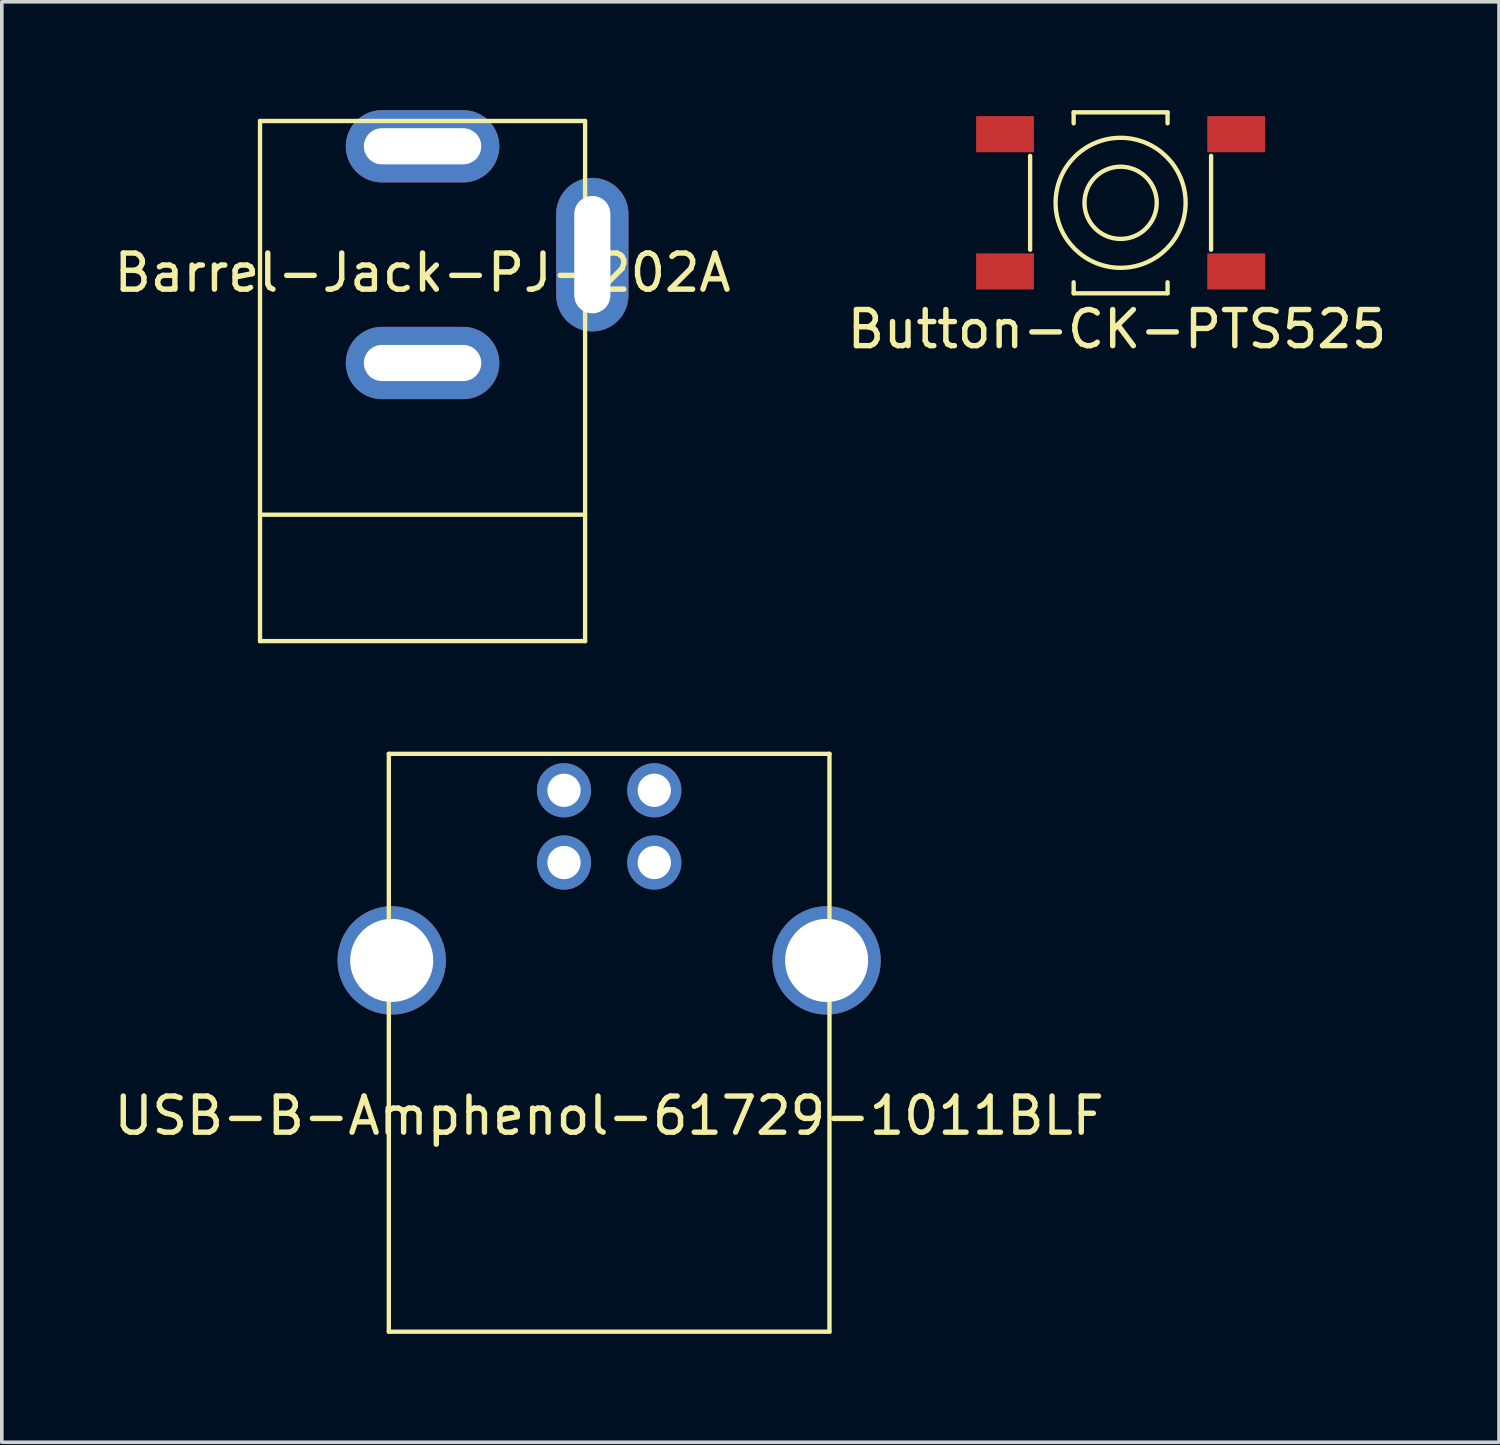
<source format=kicad_pcb>
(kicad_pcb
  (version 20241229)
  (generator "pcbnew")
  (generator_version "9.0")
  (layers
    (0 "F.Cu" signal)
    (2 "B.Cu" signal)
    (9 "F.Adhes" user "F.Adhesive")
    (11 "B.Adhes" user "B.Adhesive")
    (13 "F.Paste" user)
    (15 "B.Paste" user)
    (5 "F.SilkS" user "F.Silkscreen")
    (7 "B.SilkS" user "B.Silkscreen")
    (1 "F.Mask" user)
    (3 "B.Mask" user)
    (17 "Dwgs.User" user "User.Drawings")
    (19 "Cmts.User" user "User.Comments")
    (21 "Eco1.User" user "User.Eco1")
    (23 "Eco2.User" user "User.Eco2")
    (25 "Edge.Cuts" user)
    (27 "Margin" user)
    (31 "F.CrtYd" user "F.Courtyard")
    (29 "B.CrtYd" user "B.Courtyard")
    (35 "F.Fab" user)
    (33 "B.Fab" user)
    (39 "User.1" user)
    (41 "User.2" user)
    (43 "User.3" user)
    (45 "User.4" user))
  (footprint "Button-CK-PTS525"
    (layer "F.Cu")
    (at 27.975 2.565)
    (property "Reference" "Button-CK-PTS525" (at -0.1 3.5 0) (layer "F.SilkS") (effects (font (size 1 1) (thickness 0.15))))
    (attr through_hole)
    (fp_line (start -2.505 1.3) (end -2.505 -1.3) (stroke (width 0.12) (type solid)) (layer "F.SilkS"))
    (fp_line (start -1.3 -2.505) (end -1.3 -2.2) (stroke (width 0.12) (type solid)) (layer "F.SilkS"))
    (fp_line (start -1.3 -2.505) (end 1.3 -2.505) (stroke (width 0.12) (type solid)) (layer "F.SilkS"))
    (fp_line (start -1.3 2.505) (end -1.3 2.2) (stroke (width 0.12) (type solid)) (layer "F.SilkS"))
    (fp_line (start -1.3 2.505) (end 1.3 2.505) (stroke (width 0.12) (type solid)) (layer "F.SilkS"))
    (fp_line (start 1.3 -2.5) (end 1.3 -2.2) (stroke (width 0.12) (type solid)) (layer "F.SilkS"))
    (fp_line (start 1.3 2.505) (end 1.3 2.2) (stroke (width 0.12) (type solid)) (layer "F.SilkS"))
    (fp_line (start 2.505 1.3) (end 2.505 -1.3) (stroke (width 0.12) (type solid)) (layer "F.SilkS"))
    (fp_circle (center 0 0) (end 0 -1.8) (stroke (width 0.12) (type solid)) (fill no) (layer "F.SilkS"))
    (fp_circle (center 0 0) (end 1 0) (stroke (width 0.12) (type solid)) (fill no) (layer "F.SilkS"))
    (pad "1" smd rect (at -3.2 -1.9) (size 1.6 1) (layers "F.Cu" "F.Mask" "F.Paste"))
    (pad "1" smd rect (at 3.2 -1.9) (size 1.6 1) (layers "F.Cu" "F.Mask" "F.Paste"))
    (pad "2" smd rect (at -3.2 1.9) (size 1.6 1) (layers "F.Cu" "F.Mask" "F.Paste"))
    (pad "2" smd rect (at 3.2 1.9) (size 1.6 1) (layers "F.Cu" "F.Mask" "F.Paste")))
  (footprint "USB-B-Amphenol-61729-1011BLF"
    (layer "F.Cu")
    (at 13.815 23.54)
    (property "Reference" "USB-B-Amphenol-61729-1011BLF" (at 0 4.3 0) (layer "F.SilkS") (effects (font (size 1 1) (thickness 0.15))))
    (attr through_hole)
    (fp_line (start -6.1 -5.72) (end -6.1 10.28) (stroke (width 0.12) (type solid)) (layer "F.SilkS"))
    (fp_line (start -6.1 10.28) (end 6.1 10.28) (stroke (width 0.12) (type solid)) (layer "F.SilkS"))
    (fp_line (start 6.1 -5.72) (end -6.1 -5.72) (stroke (width 0.12) (type solid)) (layer "F.SilkS"))
    (fp_line (start 6.1 10.28) (end 6.1 -5.72) (stroke (width 0.12) (type solid)) (layer "F.SilkS"))
    (pad "1" thru_hole circle (at 1.25 -4.71) (size 1.5 1.5) (drill 0.92) (layers "*.Cu" "*.Mask"))
    (pad "2" thru_hole circle (at -1.25 -4.71) (size 1.5 1.5) (drill 0.92) (layers "*.Cu" "*.Mask"))
    (pad "3" thru_hole circle (at -1.25 -2.71) (size 1.5 1.5) (drill 0.92) (layers "*.Cu" "*.Mask"))
    (pad "4" thru_hole circle (at 1.25 -2.71) (size 1.5 1.5) (drill 0.92) (layers "*.Cu" "*.Mask"))
    (pad "5" thru_hole circle (at -6.02 0) (size 3 3) (drill oval 2.3) (layers "*.Cu" "*.Mask"))
    (pad "5" thru_hole circle (at 6.02 0) (size 3 3) (drill 2.3) (layers "*.Cu" "*.Mask")))
  (footprint "Barrel-Jack-PJ-202A"
    (layer "F.Cu")
    (at 8.649 4)
    (property "Reference" "Barrel-Jack-PJ-202A" (at 0 0.5 0) (layer "F.SilkS") (effects (font (size 1 1) (thickness 0.15))))
    (attr through_hole)
    (fp_line (start -4.5 -3.7) (end -4.5 10.7) (stroke (width 0.12) (type solid)) (layer "F.SilkS"))
    (fp_line (start -4.5 7.2) (end 4.5 7.2) (stroke (width 0.12) (type solid)) (layer "F.SilkS"))
    (fp_line (start -4.5 10.7) (end 4.5 10.7) (stroke (width 0.12) (type solid)) (layer "F.SilkS"))
    (fp_line (start 4.5 -3.7) (end -4.5 -3.7) (stroke (width 0.12) (type solid)) (layer "F.SilkS"))
    (fp_line (start 4.5 10.7) (end 4.5 -3.7) (stroke (width 0.12) (type solid)) (layer "F.SilkS"))
    (pad "1" thru_hole oval (at 0 -3) (size 4.25 2) (drill oval 3.25 1) (layers "*.Cu" "*.Mask"))
    (pad "2" thru_hole oval (at 0 3) (size 4.25 2) (drill oval 3.25 1) (layers "*.Cu" "*.Mask"))
    (pad "3" thru_hole oval (at 4.7 0) (size 2 4.25) (drill oval 1 3.25) (layers "*.Cu" "*.Mask")))
  (gr_rect
    (start -3 -3)
    (end 38.452 36.88)
    (stroke (width 0.1) (type default))
    (fill no)
    (layer "Edge.Cuts")))
</source>
